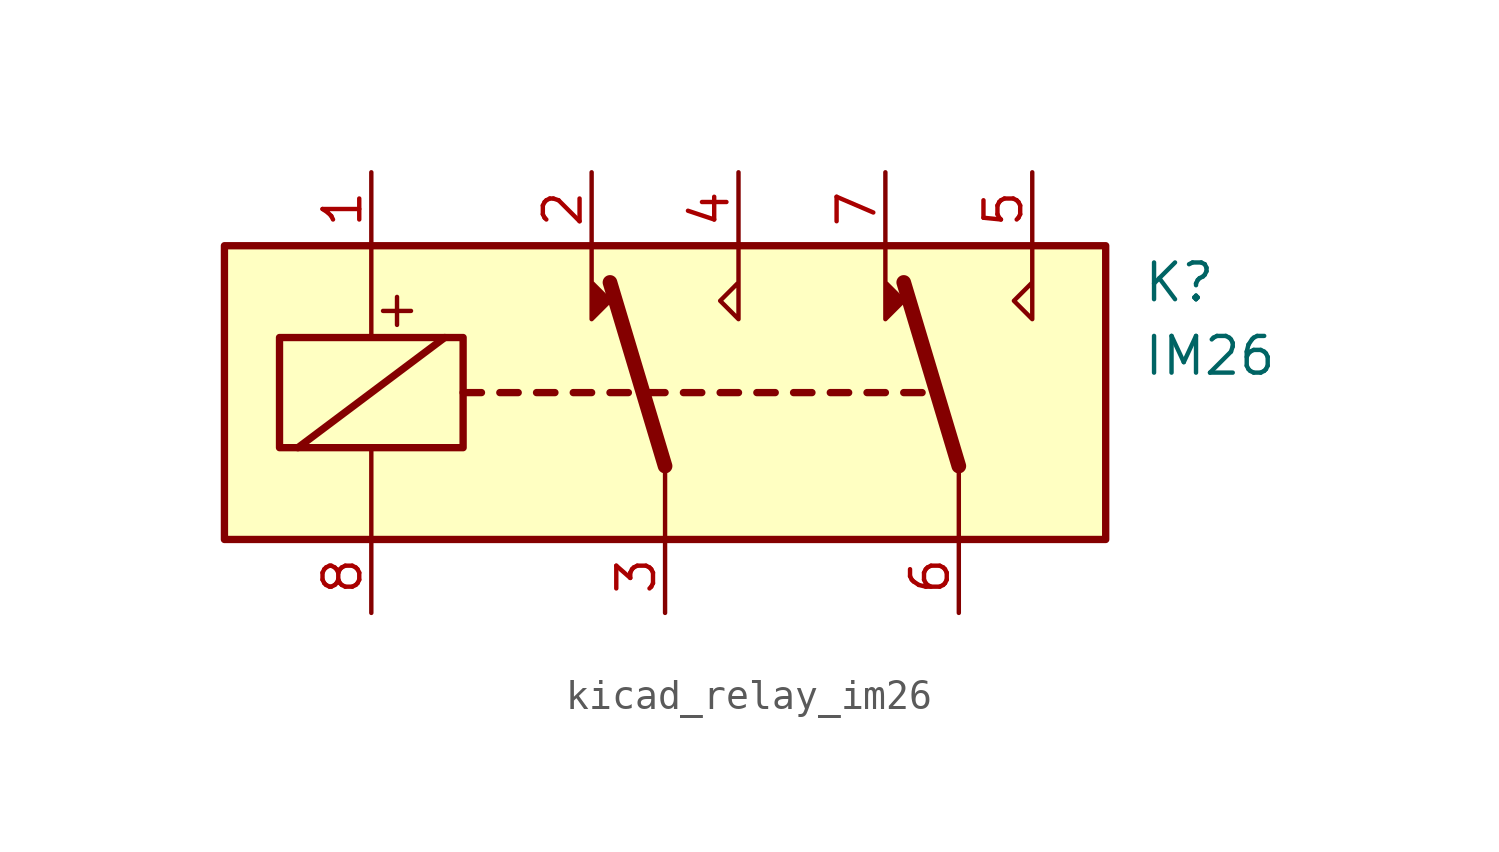
<source format=kicad_sym>
(kicad_symbol_lib
  (version 20220914)
  (generator kicad_symbol_editor)
  (symbol "kicad_relay_im26"
    (property "Reference" "K"
      (at 16.51 3.81 0)
      (effects (font (size 1.27 1.27)) (justify left)))
    (property "Value" "IM26"
      (at 16.51 1.27 0)
      (effects (font (size 1.27 1.27)) (justify left)))
    (symbol "kicad_relay_im26_0_0"
      (text "+" (at -9.271 2.921 0) (effects (font (size 1.27 1.27)))))
    (symbol "kicad_relay_im26_0_1"
      (rectangle (start -15.24 5.08) (end 15.24 -5.08) (stroke (width 0.254) (type default)) (fill (type background)))
      (rectangle (start -13.335 1.905) (end -6.985 -1.905) (stroke (width 0.254) (type default)) (fill (type none)))
      (polyline (pts (xy -12.7 -1.905) (xy -7.62 1.905)) (stroke (width 0.254) (type default)) (fill (type none)))
      (polyline (pts (xy -10.16 -5.08) (xy -10.16 -1.905)) (stroke (width 0) (type default)) (fill (type none)))
      (polyline (pts (xy -10.16 5.08) (xy -10.16 1.905)) (stroke (width 0) (type default)) (fill (type none)))
      (polyline (pts (xy -6.985 0) (xy -6.35 0)) (stroke (width 0.254) (type default)) (fill (type none)))
      (polyline (pts (xy -5.715 0) (xy -5.08 0)) (stroke (width 0.254) (type default)) (fill (type none)))
      (polyline (pts (xy -4.445 0) (xy -3.81 0)) (stroke (width 0.254) (type default)) (fill (type none)))
      (polyline (pts (xy -3.175 0) (xy -2.54 0)) (stroke (width 0.254) (type default)) (fill (type none)))
      (polyline (pts (xy -1.905 0) (xy -1.27 0)) (stroke (width 0.254) (type default)) (fill (type none)))
      (polyline (pts (xy -0.635 0) (xy 0 0)) (stroke (width 0.254) (type default)) (fill (type none)))
      (polyline (pts (xy 0 -2.54) (xy -1.905 3.81)) (stroke (width 0.508) (type default)) (fill (type none)))
      (polyline (pts (xy 0 -2.54) (xy 0 -5.08)) (stroke (width 0) (type default)) (fill (type none)))
      (polyline (pts (xy 0.635 0) (xy 1.27 0)) (stroke (width 0.254) (type default)) (fill (type none)))
      (polyline (pts (xy 1.905 0) (xy 2.54 0)) (stroke (width 0.254) (type default)) (fill (type none)))
      (polyline (pts (xy 3.175 0) (xy 3.81 0)) (stroke (width 0.254) (type default)) (fill (type none)))
      (polyline (pts (xy 4.445 0) (xy 5.08 0)) (stroke (width 0.254) (type default)) (fill (type none)))
      (polyline (pts (xy 5.715 0) (xy 6.35 0)) (stroke (width 0.254) (type default)) (fill (type none)))
      (polyline (pts (xy 6.985 0) (xy 7.62 0)) (stroke (width 0.254) (type default)) (fill (type none)))
      (polyline (pts (xy 8.255 0) (xy 8.89 0)) (stroke (width 0.254) (type default)) (fill (type none)))
      (polyline (pts (xy 10.16 -2.54) (xy 8.255 3.81)) (stroke (width 0.508) (type default)) (fill (type none)))
      (polyline (pts (xy 10.16 -2.54) (xy 10.16 -5.08)) (stroke (width 0) (type default)) (fill (type none)))
      (polyline (pts (xy -2.54 5.08) (xy -2.54 2.54) (xy -1.905 3.175) (xy -2.54 3.81)) (stroke (width 0) (type default)) (fill (type outline)))
      (polyline (pts (xy 2.54 5.08) (xy 2.54 2.54) (xy 1.905 3.175) (xy 2.54 3.81)) (stroke (width 0) (type default)) (fill (type none)))
      (polyline (pts (xy 7.62 5.08) (xy 7.62 2.54) (xy 8.255 3.175) (xy 7.62 3.81)) (stroke (width 0) (type default)) (fill (type outline)))
      (polyline (pts (xy 12.7 5.08) (xy 12.7 2.54) (xy 12.065 3.175) (xy 12.7 3.81)) (stroke (width 0) (type default)) (fill (type none))))
    (symbol "kicad_relay_im26_1_1"
      (pin passive line (at -10.16 7.62 270) (length 2.54) (name "~" (effects (font (size 1.27 1.27)))) (number "1" (effects (font (size 1.27 1.27)))))
      (pin passive line (at -2.54 7.62 270) (length 2.54) (name "~" (effects (font (size 1.27 1.27)))) (number "2" (effects (font (size 1.27 1.27)))))
      (pin passive line (at 0 -7.62 90) (length 2.54) (name "~" (effects (font (size 1.27 1.27)))) (number "3" (effects (font (size 1.27 1.27)))))
      (pin passive line (at 2.54 7.62 270) (length 2.54) (name "~" (effects (font (size 1.27 1.27)))) (number "4" (effects (font (size 1.27 1.27)))))
      (pin passive line (at 12.7 7.62 270) (length 2.54) (name "~" (effects (font (size 1.27 1.27)))) (number "5" (effects (font (size 1.27 1.27)))))
      (pin passive line (at 10.16 -7.62 90) (length 2.54) (name "~" (effects (font (size 1.27 1.27)))) (number "6" (effects (font (size 1.27 1.27)))))
      (pin passive line (at 7.62 7.62 270) (length 2.54) (name "~" (effects (font (size 1.27 1.27)))) (number "7" (effects (font (size 1.27 1.27)))))
      (pin passive line (at -10.16 -7.62 90) (length 2.54) (name "~" (effects (font (size 1.27 1.27)))) (number "8" (effects (font (size 1.27 1.27))))))))
</source>
